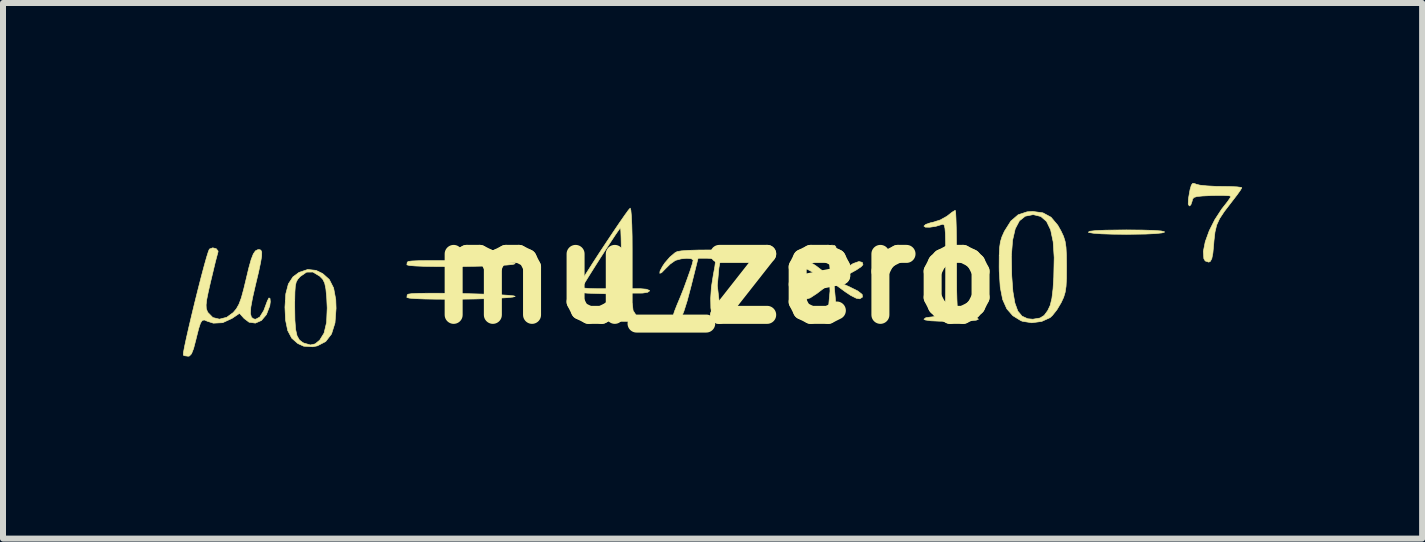
<source format=kicad_pcb>
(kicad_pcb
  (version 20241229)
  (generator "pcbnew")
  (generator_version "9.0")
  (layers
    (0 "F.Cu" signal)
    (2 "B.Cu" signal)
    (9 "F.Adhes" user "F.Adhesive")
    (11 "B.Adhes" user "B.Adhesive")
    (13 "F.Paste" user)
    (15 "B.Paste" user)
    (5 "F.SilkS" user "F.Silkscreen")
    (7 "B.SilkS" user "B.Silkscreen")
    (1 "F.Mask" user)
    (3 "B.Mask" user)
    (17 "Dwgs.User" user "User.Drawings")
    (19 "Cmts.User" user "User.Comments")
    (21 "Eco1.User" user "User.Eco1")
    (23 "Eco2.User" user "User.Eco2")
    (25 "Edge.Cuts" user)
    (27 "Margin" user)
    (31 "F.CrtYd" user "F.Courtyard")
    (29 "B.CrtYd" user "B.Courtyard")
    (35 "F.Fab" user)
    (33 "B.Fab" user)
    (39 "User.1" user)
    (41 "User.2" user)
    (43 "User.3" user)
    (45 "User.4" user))
  (footprint "mu_zero"
    (layer "F.Cu")
    (at 8.865 1.508)
    (property "Reference" "mu_zero" (at 0 0 0) (layer "F.SilkS") (effects (font (size 1.524 1.524) (thickness 0.3))))
    (attr through_hole)
    (fp_poly (pts (xy 7.117 -0.724) (xy 7.31 -0.718) (xy 7.436 -0.709) (xy 7.491 -0.696) (xy 7.493 -0.689) (xy 7.449 -0.676) (xy 7.341 -0.665) (xy 7.177 -0.657) (xy 6.965 -0.654) (xy 6.858 -0.653) (xy 6.628 -0.655) (xy 6.442 -0.661) (xy 6.308 -0.671) (xy 6.234 -0.683) (xy 6.223 -0.689) (xy 6.249 -0.704) (xy 6.346 -0.715) (xy 6.511 -0.722) (xy 6.743 -0.725) (xy 6.858 -0.726) (xy 7.117 -0.724)) (stroke (width 0.01) (type solid)) (fill yes) (layer "F.SilkS"))
    (fp_poly (pts (xy -4.595 -0.215) (xy -4.385 -0.213) (xy -4.166 -0.209) (xy -3.951 -0.204) (xy -3.749 -0.197) (xy -3.575 -0.189) (xy -3.439 -0.181) (xy -3.353 -0.172) (xy -3.329 -0.163) (xy -3.367 -0.151) (xy -3.465 -0.141) (xy -3.611 -0.132) (xy -3.794 -0.125) (xy -4.002 -0.12) (xy -4.222 -0.116) (xy -4.443 -0.115) (xy -4.652 -0.116) (xy -4.838 -0.119) (xy -4.988 -0.125) (xy -5.091 -0.133) (xy -5.134 -0.144) (xy -5.134 -0.145) (xy -5.128 -0.188) (xy -5.109 -0.201) (xy -5.053 -0.208) (xy -4.941 -0.213) (xy -4.784 -0.215) (xy -4.595 -0.215)) (stroke (width 0.01) (type solid)) (fill yes) (layer "F.SilkS"))
    (fp_poly (pts (xy -4.595 0.329) (xy -4.385 0.331) (xy -4.166 0.335) (xy -3.951 0.341) (xy -3.749 0.347) (xy -3.575 0.355) (xy -3.439 0.364) (xy -3.353 0.373) (xy -3.329 0.381) (xy -3.367 0.393) (xy -3.465 0.403) (xy -3.611 0.412) (xy -3.794 0.419) (xy -4.002 0.425) (xy -4.222 0.428) (xy -4.443 0.429) (xy -4.652 0.428) (xy -4.838 0.425) (xy -4.988 0.419) (xy -5.091 0.411) (xy -5.134 0.4) (xy -5.134 0.4) (xy -5.128 0.356) (xy -5.109 0.344) (xy -5.053 0.336) (xy -4.941 0.331) (xy -4.784 0.329) (xy -4.595 0.329)) (stroke (width 0.01) (type solid)) (fill yes) (layer "F.SilkS"))
    (fp_poly (pts (xy -6.648 -0.052) (xy -6.538 0.001) (xy -6.427 0.1) (xy -6.355 0.242) (xy -6.319 0.436) (xy -6.314 0.581) (xy -6.332 0.824) (xy -6.39 1.008) (xy -6.487 1.134) (xy -6.626 1.206) (xy -6.701 1.221) (xy -6.853 1.212) (xy -6.952 1.167) (xy -7.053 1.078) (xy -7.12 0.951) (xy -7.156 0.777) (xy -7.166 0.563) (xy -7.003 0.563) (xy -7 0.779) (xy -6.988 0.934) (xy -6.964 1.04) (xy -6.925 1.108) (xy -6.869 1.151) (xy -6.847 1.161) (xy -6.741 1.191) (xy -6.662 1.173) (xy -6.587 1.111) (xy -6.514 0.993) (xy -6.472 0.815) (xy -6.462 0.575) (xy -6.47 0.403) (xy -6.484 0.256) (xy -6.504 0.16) (xy -6.536 0.096) (xy -6.586 0.045) (xy -6.7 -0.024) (xy -6.805 -0.023) (xy -6.911 0.05) (xy -6.914 0.053) (xy -6.952 0.095) (xy -6.978 0.142) (xy -6.993 0.207) (xy -7 0.307) (xy -7.003 0.456) (xy -7.003 0.563) (xy -7.166 0.563) (xy -7.166 0.562) (xy -7.152 0.339) (xy -7.109 0.174) (xy -7.033 0.057) (xy -6.932 -0.018) (xy -6.786 -0.067) (xy -6.648 -0.052)) (stroke (width 0.01) (type solid)) (fill yes) (layer "F.SilkS"))
    (fp_poly (pts (xy 8 -1.497) (xy 8.019 -1.488) (xy 8.084 -1.472) (xy 8.201 -1.46) (xy 8.351 -1.452) (xy 8.434 -1.451) (xy 8.583 -1.449) (xy 8.7 -1.444) (xy 8.769 -1.435) (xy 8.781 -1.429) (xy 8.76 -1.392) (xy 8.705 -1.314) (xy 8.625 -1.21) (xy 8.605 -1.184) (xy 8.489 -1.033) (xy 8.411 -0.915) (xy 8.362 -0.808) (xy 8.334 -0.692) (xy 8.317 -0.545) (xy 8.313 -0.491) (xy 8.299 -0.34) (xy 8.281 -0.248) (xy 8.256 -0.202) (xy 8.231 -0.189) (xy 8.171 -0.209) (xy 8.148 -0.248) (xy 8.14 -0.369) (xy 8.172 -0.53) (xy 8.238 -0.712) (xy 8.332 -0.899) (xy 8.447 -1.075) (xy 8.477 -1.113) (xy 8.546 -1.201) (xy 8.59 -1.266) (xy 8.6 -1.287) (xy 8.566 -1.296) (xy 8.477 -1.3) (xy 8.347 -1.3) (xy 8.282 -1.299) (xy 8.13 -1.292) (xy 8.035 -1.283) (xy 7.983 -1.267) (xy 7.96 -1.239) (xy 7.953 -1.206) (xy 7.931 -1.143) (xy 7.906 -1.125) (xy 7.888 -1.157) (xy 7.891 -1.24) (xy 7.894 -1.261) (xy 7.918 -1.397) (xy 7.94 -1.473) (xy 7.964 -1.503) (xy 8 -1.497)) (stroke (width 0.01) (type solid)) (fill yes) (layer "F.SilkS"))
    (fp_poly (pts (xy 4.012 -1.018) (xy 4.017 -0.921) (xy 4.022 -0.771) (xy 4.025 -0.579) (xy 4.027 -0.354) (xy 4.028 -0.201) (xy 4.028 0.07) (xy 4.029 0.277) (xy 4.033 0.429) (xy 4.038 0.536) (xy 4.047 0.607) (xy 4.06 0.65) (xy 4.077 0.674) (xy 4.098 0.688) (xy 4.186 0.716) (xy 4.279 0.726) (xy 4.357 0.736) (xy 4.391 0.761) (xy 4.391 0.762) (xy 4.356 0.778) (xy 4.256 0.789) (xy 4.1 0.796) (xy 3.937 0.798) (xy 3.741 0.795) (xy 3.594 0.788) (xy 3.507 0.775) (xy 3.483 0.762) (xy 3.515 0.737) (xy 3.591 0.726) (xy 3.595 0.726) (xy 3.7 0.713) (xy 3.776 0.688) (xy 3.8 0.671) (xy 3.817 0.644) (xy 3.83 0.595) (xy 3.838 0.516) (xy 3.843 0.397) (xy 3.845 0.228) (xy 3.846 -0.001) (xy 3.846 -0.096) (xy 3.846 -0.346) (xy 3.844 -0.533) (xy 3.841 -0.665) (xy 3.834 -0.751) (xy 3.824 -0.8) (xy 3.81 -0.82) (xy 3.79 -0.82) (xy 3.783 -0.817) (xy 3.681 -0.786) (xy 3.581 -0.771) (xy 3.508 -0.772) (xy 3.483 -0.79) (xy 3.515 -0.819) (xy 3.596 -0.846) (xy 3.63 -0.853) (xy 3.755 -0.892) (xy 3.868 -0.955) (xy 3.88 -0.965) (xy 3.953 -1.022) (xy 4.001 -1.051) (xy 4.006 -1.052) (xy 4.012 -1.018)) (stroke (width 0.01) (type solid)) (fill yes) (layer "F.SilkS"))
    (fp_poly (pts (xy 5.466 -1.011) (xy 5.601 -0.938) (xy 5.714 -0.804) (xy 5.769 -0.706) (xy 5.81 -0.619) (xy 5.836 -0.536) (xy 5.851 -0.438) (xy 5.858 -0.306) (xy 5.86 -0.122) (xy 5.86 -0.109) (xy 5.859 0.079) (xy 5.852 0.213) (xy 5.837 0.313) (xy 5.812 0.396) (xy 5.772 0.482) (xy 5.769 0.488) (xy 5.7 0.604) (xy 5.624 0.7) (xy 5.585 0.736) (xy 5.446 0.799) (xy 5.281 0.821) (xy 5.127 0.797) (xy 5.098 0.786) (xy 4.964 0.703) (xy 4.864 0.588) (xy 4.795 0.433) (xy 4.755 0.228) (xy 4.738 -0.035) (xy 4.737 -0.109) (xy 4.738 -0.296) (xy 4.738 -0.302) (xy 4.941 -0.302) (xy 4.946 0.017) (xy 4.947 0.044) (xy 4.966 0.301) (xy 4.999 0.492) (xy 5.048 0.627) (xy 5.118 0.711) (xy 5.212 0.754) (xy 5.298 0.762) (xy 5.418 0.742) (xy 5.487 0.699) (xy 5.546 0.619) (xy 5.588 0.53) (xy 5.616 0.414) (xy 5.635 0.256) (xy 5.647 0.063) (xy 5.654 -0.265) (xy 5.637 -0.527) (xy 5.595 -0.727) (xy 5.527 -0.867) (xy 5.432 -0.95) (xy 5.309 -0.98) (xy 5.298 -0.98) (xy 5.172 -0.955) (xy 5.075 -0.878) (xy 5.005 -0.746) (xy 4.961 -0.555) (xy 4.941 -0.302) (xy 4.738 -0.302) (xy 4.744 -0.43) (xy 4.758 -0.529) (xy 4.783 -0.611) (xy 4.821 -0.696) (xy 4.826 -0.706) (xy 4.932 -0.874) (xy 5.054 -0.979) (xy 5.203 -1.028) (xy 5.298 -1.034) (xy 5.466 -1.011)) (stroke (width 0.01) (type solid)) (fill yes) (layer "F.SilkS"))
    (fp_poly (pts (xy -0.004 -0.391) (xy 0.206 -0.386) (xy 0.354 -0.379) (xy 0.45 -0.37) (xy 0.503 -0.356) (xy 0.524 -0.337) (xy 0.526 -0.327) (xy 0.505 -0.292) (xy 0.433 -0.269) (xy 0.309 -0.254) (xy 0.092 -0.236) (xy 0.066 -0.091) (xy 0.04 0.201) (xy 0.072 0.478) (xy 0.088 0.545) (xy 0.116 0.663) (xy 0.122 0.733) (xy 0.105 0.777) (xy 0.086 0.798) (xy 0.03 0.826) (xy -0.016 0.791) (xy -0.049 0.704) (xy -0.068 0.575) (xy -0.071 0.413) (xy -0.059 0.228) (xy -0.028 0.03) (xy -0.024 0.009) (xy -0.002 -0.111) (xy 0.009 -0.199) (xy 0.006 -0.236) (xy -0.039 -0.248) (xy -0.126 -0.254) (xy -0.147 -0.254) (xy -0.281 -0.254) (xy -0.397 0.209) (xy -0.462 0.455) (xy -0.519 0.635) (xy -0.57 0.754) (xy -0.617 0.819) (xy -0.655 0.835) (xy -0.7 0.806) (xy -0.71 0.787) (xy -0.705 0.732) (xy -0.675 0.633) (xy -0.632 0.524) (xy -0.579 0.398) (xy -0.52 0.25) (xy -0.464 0.096) (xy -0.414 -0.045) (xy -0.378 -0.157) (xy -0.363 -0.22) (xy -0.363 -0.224) (xy -0.394 -0.247) (xy -0.469 -0.253) (xy -0.563 -0.244) (xy -0.65 -0.221) (xy -0.665 -0.214) (xy -0.745 -0.158) (xy -0.824 -0.08) (xy -0.889 -0.013) (xy -0.919 -0.003) (xy -0.915 -0.04) (xy -0.874 -0.118) (xy -0.834 -0.177) (xy -0.751 -0.273) (xy -0.665 -0.346) (xy -0.629 -0.365) (xy -0.56 -0.377) (xy -0.434 -0.386) (xy -0.267 -0.391) (xy -0.075 -0.392) (xy -0.004 -0.391)) (stroke (width 0.01) (type solid)) (fill yes) (layer "F.SilkS"))
    (fp_poly (pts (xy 1.995 -0.467) (xy 2.016 -0.444) (xy 2.021 -0.386) (xy 2.014 -0.278) (xy 2.008 -0.21) (xy 1.984 0.052) (xy 2.175 -0.086) (xy 2.304 -0.166) (xy 2.4 -0.2) (xy 2.456 -0.185) (xy 2.467 -0.147) (xy 2.437 -0.113) (xy 2.358 -0.06) (xy 2.247 0.002) (xy 2.241 0.005) (xy 2.014 0.12) (xy 2.241 0.222) (xy 2.382 0.292) (xy 2.454 0.349) (xy 2.459 0.393) (xy 2.414 0.422) (xy 2.357 0.413) (xy 2.264 0.366) (xy 2.172 0.305) (xy 1.984 0.167) (xy 2.008 0.428) (xy 2.019 0.563) (xy 2.02 0.641) (xy 2.006 0.678) (xy 1.976 0.689) (xy 1.956 0.689) (xy 1.917 0.685) (xy 1.896 0.662) (xy 1.891 0.604) (xy 1.899 0.496) (xy 1.905 0.431) (xy 1.918 0.293) (xy 1.915 0.219) (xy 1.885 0.204) (xy 1.819 0.242) (xy 1.705 0.329) (xy 1.7 0.333) (xy 1.587 0.407) (xy 1.503 0.433) (xy 1.457 0.41) (xy 1.451 0.381) (xy 1.482 0.336) (xy 1.561 0.278) (xy 1.651 0.228) (xy 1.756 0.173) (xy 1.828 0.13) (xy 1.851 0.109) (xy 1.821 0.083) (xy 1.743 0.037) (xy 1.651 -0.01) (xy 1.546 -0.067) (xy 1.474 -0.118) (xy 1.451 -0.146) (xy 1.477 -0.195) (xy 1.543 -0.199) (xy 1.638 -0.158) (xy 1.696 -0.119) (xy 1.813 -0.029) (xy 1.882 0.013) (xy 1.914 0.001) (xy 1.919 -0.067) (xy 1.907 -0.198) (xy 1.905 -0.213) (xy 1.893 -0.347) (xy 1.892 -0.424) (xy 1.906 -0.461) (xy 1.937 -0.471) (xy 1.956 -0.472) (xy 1.995 -0.467)) (stroke (width 0.01) (type solid)) (fill yes) (layer "F.SilkS"))
    (fp_poly (pts (xy -1.401 -1.054) (xy -1.392 -0.957) (xy -1.385 -0.808) (xy -1.38 -0.618) (xy -1.379 -0.417) (xy -1.379 0.254) (xy -1.234 0.254) (xy -1.143 0.262) (xy -1.092 0.282) (xy -1.089 0.29) (xy -1.121 0.313) (xy -1.201 0.326) (xy -1.234 0.327) (xy -1.379 0.327) (xy -1.379 0.483) (xy -1.364 0.617) (xy -1.315 0.694) (xy -1.223 0.724) (xy -1.19 0.726) (xy -1.117 0.737) (xy -1.089 0.762) (xy -1.123 0.779) (xy -1.22 0.791) (xy -1.37 0.797) (xy -1.47 0.798) (xy -1.644 0.795) (xy -1.771 0.786) (xy -1.84 0.771) (xy -1.851 0.762) (xy -1.82 0.734) (xy -1.762 0.726) (xy -1.651 0.696) (xy -1.584 0.612) (xy -1.567 0.483) (xy -1.567 0.476) (xy -1.578 0.345) (xy -1.954 0.334) (xy -2.126 0.328) (xy -2.237 0.318) (xy -2.295 0.304) (xy -2.312 0.283) (xy -2.31 0.274) (xy -2.289 0.234) (xy -2.213 0.234) (xy -2.18 0.243) (xy -2.09 0.25) (xy -1.96 0.254) (xy -1.887 0.254) (xy -1.56 0.254) (xy -1.56 -0.254) (xy -1.561 -0.437) (xy -1.564 -0.59) (xy -1.568 -0.701) (xy -1.572 -0.758) (xy -1.574 -0.762) (xy -1.597 -0.733) (xy -1.651 -0.656) (xy -1.727 -0.541) (xy -1.817 -0.403) (xy -1.914 -0.253) (xy -2.009 -0.103) (xy -2.094 0.032) (xy -2.162 0.142) (xy -2.204 0.214) (xy -2.213 0.234) (xy -2.289 0.234) (xy -2.28 0.218) (xy -2.22 0.116) (xy -2.134 -0.02) (xy -2.032 -0.18) (xy -1.919 -0.354) (xy -1.802 -0.531) (xy -1.689 -0.7) (xy -1.587 -0.851) (xy -1.502 -0.973) (xy -1.442 -1.056) (xy -1.413 -1.088) (xy -1.412 -1.089) (xy -1.401 -1.054)) (stroke (width 0.01) (type solid)) (fill yes) (layer "F.SilkS"))
    (fp_poly (pts (xy -8.311 -0.413) (xy -8.28 -0.373) (xy -8.283 -0.353) (xy -8.297 -0.302) (xy -8.325 -0.196) (xy -8.36 -0.05) (xy -8.401 0.121) (xy -8.402 0.123) (xy -8.444 0.308) (xy -8.47 0.436) (xy -8.48 0.524) (xy -8.477 0.584) (xy -8.46 0.631) (xy -8.451 0.649) (xy -8.368 0.734) (xy -8.258 0.761) (xy -8.136 0.73) (xy -8.028 0.651) (xy -7.975 0.588) (xy -7.932 0.511) (xy -7.893 0.406) (xy -7.852 0.255) (xy -7.818 0.114) (xy -7.769 -0.091) (xy -7.729 -0.234) (xy -7.693 -0.326) (xy -7.658 -0.377) (xy -7.618 -0.397) (xy -7.597 -0.399) (xy -7.568 -0.39) (xy -7.553 -0.357) (xy -7.554 -0.291) (xy -7.572 -0.183) (xy -7.606 -0.022) (xy -7.656 0.187) (xy -7.706 0.405) (xy -7.735 0.562) (xy -7.741 0.668) (xy -7.725 0.73) (xy -7.686 0.758) (xy -7.653 0.762) (xy -7.586 0.726) (xy -7.519 0.618) (xy -7.459 0.457) (xy -7.433 0.407) (xy -7.415 0.416) (xy -7.41 0.471) (xy -7.419 0.54) (xy -7.475 0.685) (xy -7.558 0.783) (xy -7.659 0.827) (xy -7.764 0.812) (xy -7.847 0.749) (xy -7.923 0.664) (xy -8.049 0.749) (xy -8.204 0.82) (xy -8.359 0.828) (xy -8.462 0.795) (xy -8.508 0.775) (xy -8.543 0.781) (xy -8.573 0.825) (xy -8.603 0.916) (xy -8.641 1.065) (xy -8.651 1.107) (xy -8.689 1.252) (xy -8.723 1.338) (xy -8.758 1.375) (xy -8.778 1.379) (xy -8.843 1.37) (xy -8.86 1.36) (xy -8.858 1.32) (xy -8.84 1.222) (xy -8.809 1.077) (xy -8.768 0.897) (xy -8.72 0.693) (xy -8.668 0.478) (xy -8.614 0.262) (xy -8.562 0.058) (xy -8.514 -0.122) (xy -8.473 -0.268) (xy -8.442 -0.367) (xy -8.425 -0.407) (xy -8.369 -0.428) (xy -8.311 -0.413)) (stroke (width 0.01) (type solid)) (fill yes) (layer "F.SilkS")))
  (gr_rect
    (start -3 -3)
    (end 20.651 5.926)
    (stroke (width 0.1) (type default))
    (fill no)
    (layer "Edge.Cuts")))
</source>
